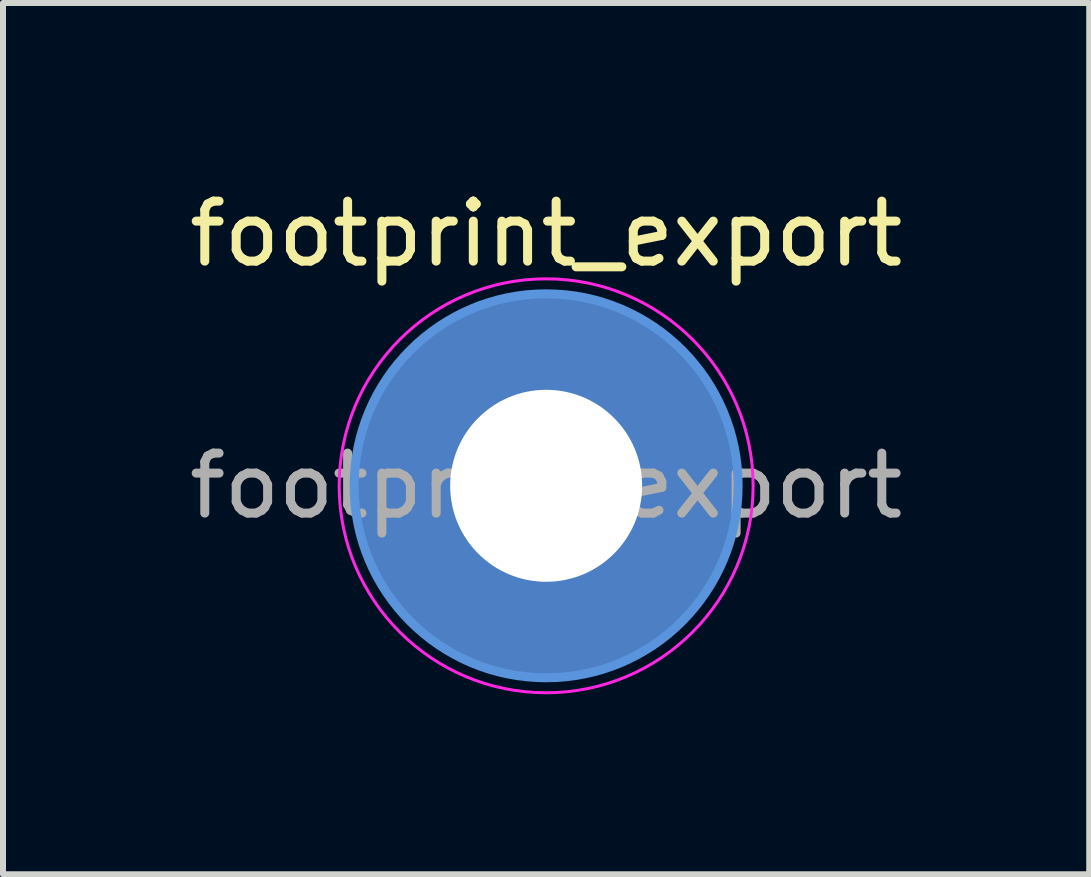
<source format=kicad_pcb>
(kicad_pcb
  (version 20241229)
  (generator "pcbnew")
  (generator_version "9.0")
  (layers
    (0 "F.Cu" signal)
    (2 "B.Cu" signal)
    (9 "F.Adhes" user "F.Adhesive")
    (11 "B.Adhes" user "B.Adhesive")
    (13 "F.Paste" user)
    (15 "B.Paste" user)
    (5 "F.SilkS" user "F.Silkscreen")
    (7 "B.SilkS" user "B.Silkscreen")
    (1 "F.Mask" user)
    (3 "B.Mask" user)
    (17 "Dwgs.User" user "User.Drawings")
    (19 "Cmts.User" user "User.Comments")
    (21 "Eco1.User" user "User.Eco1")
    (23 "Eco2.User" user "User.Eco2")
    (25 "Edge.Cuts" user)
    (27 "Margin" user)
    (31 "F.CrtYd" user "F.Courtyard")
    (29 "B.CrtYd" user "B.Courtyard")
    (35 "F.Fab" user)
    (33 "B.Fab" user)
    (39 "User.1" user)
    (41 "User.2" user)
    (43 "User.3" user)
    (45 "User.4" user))
  (footprint "footprint_export"
    (layer "F.Cu")
    (at 6.054 5.048)
    (property "Reference" "footprint_export" (at 0 -4.2 0) (layer "F.SilkS") (effects (font (size 1 1) (thickness 0.15))))
    (attr exclude_from_pos_files exclude_from_bom)
    (fp_circle (center 0 0) (end 3.2 0) (stroke (width 0.15) (type solid)) (fill no) (layer "Cmts.User"))
    (fp_circle (center 0 0) (end 3.45 0) (stroke (width 0.05) (type solid)) (fill no) (layer "F.CrtYd"))
    (fp_text user "${REFERENCE}" (at 0 0 0) (layer "F.Fab") (effects (font (size 1 1) (thickness 0.15))))
    (pad "1" thru_hole circle (at 0 0) (size 3.6 3.6) (drill 3.2) (layers "*.Cu" "*.Mask"))
    (pad "1" connect circle (at 0 0) (size 6.4 6.4) (layers "F.Cu" "F.Mask"))
    (pad "1" connect circle (at 0 0) (size 6.4 6.4) (layers "B.Cu" "B.Mask")))
  (gr_rect
    (start -3 -3)
    (end 15.107 11.523)
    (stroke (width 0.1) (type default))
    (fill no)
    (layer "Edge.Cuts")))
</source>
